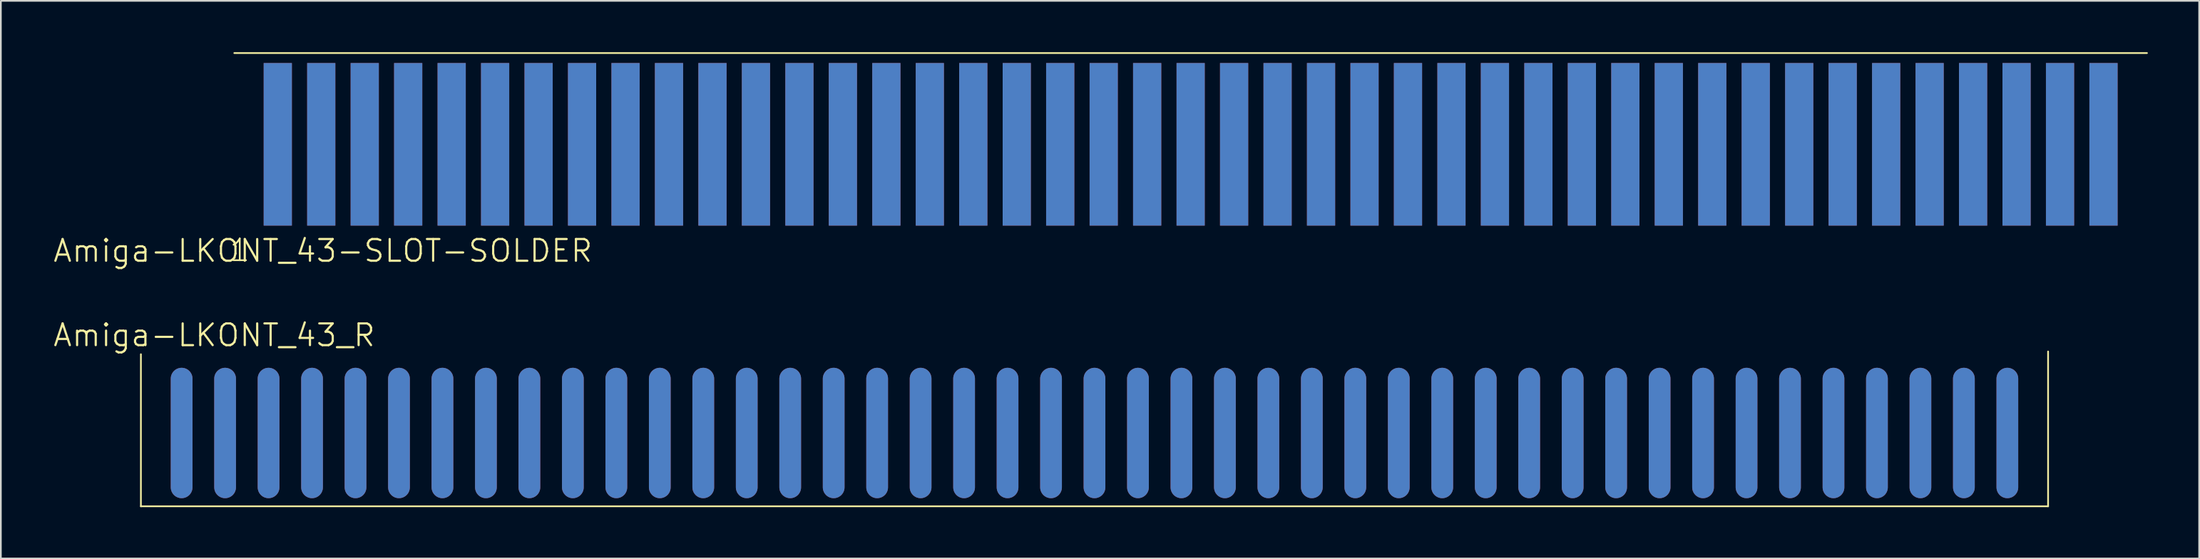
<source format=kicad_pcb>
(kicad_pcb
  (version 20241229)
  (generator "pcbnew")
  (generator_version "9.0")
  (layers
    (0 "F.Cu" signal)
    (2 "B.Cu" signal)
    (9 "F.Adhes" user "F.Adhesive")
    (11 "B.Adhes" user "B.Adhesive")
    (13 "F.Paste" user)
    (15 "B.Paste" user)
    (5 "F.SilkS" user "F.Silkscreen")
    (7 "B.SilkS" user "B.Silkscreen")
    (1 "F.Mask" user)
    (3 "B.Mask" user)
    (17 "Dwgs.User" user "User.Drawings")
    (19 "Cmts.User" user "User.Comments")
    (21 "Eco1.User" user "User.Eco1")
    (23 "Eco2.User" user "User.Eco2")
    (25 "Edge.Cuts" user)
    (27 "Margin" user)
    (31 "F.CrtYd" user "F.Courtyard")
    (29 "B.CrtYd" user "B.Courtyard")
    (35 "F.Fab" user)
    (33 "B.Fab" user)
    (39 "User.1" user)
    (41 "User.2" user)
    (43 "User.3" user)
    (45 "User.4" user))
  (footprint "Amiga-LKONT_43_R"
    (layer "F.Cu")
    (at 57.093 22.254)
    (property "Reference" "Amiga-LKONT_43_R" (at -47.625 -5.715 0) (layer "F.SilkS") (effects (font (size 1.27 1.27) (thickness 0.127))))
    (attr smd)
    (fp_line (start -51.91 -4.602) (end -51.91 4.285) (stroke (width 0.1) (type solid)) (layer "F.SilkS"))
    (fp_line (start -51.91 4.285) (end 59.53 4.285) (stroke (width 0.1) (type solid)) (layer "F.SilkS"))
    (fp_line (start 59.53 4.285) (end 59.53 -4.763) (stroke (width 0.1) (type solid)) (layer "F.SilkS"))
    (pad "1" smd oval (at 57.15 0 90) (size 7.62 1.27) (layers "B.Cu" "B.Mask"))
    (pad "2" smd oval (at 57.15 0 90) (size 7.62 1.27) (layers "F.Cu" "F.Mask" "F.Paste"))
    (pad "3" smd oval (at 54.61 0 90) (size 7.62 1.27) (layers "B.Cu" "B.Mask"))
    (pad "4" smd oval (at 54.61 0 90) (size 7.62 1.27) (layers "F.Cu" "F.Mask" "F.Paste"))
    (pad "5" smd oval (at 52.07 0 90) (size 7.62 1.27) (layers "B.Cu" "B.Mask"))
    (pad "6" smd oval (at 52.07 0 90) (size 7.62 1.27) (layers "F.Cu" "F.Mask" "F.Paste"))
    (pad "7" smd oval (at 49.53 0 90) (size 7.62 1.27) (layers "B.Cu" "B.Mask"))
    (pad "8" smd oval (at 49.53 0 90) (size 7.62 1.27) (layers "F.Cu" "F.Mask" "F.Paste"))
    (pad "9" smd oval (at 46.99 0 90) (size 7.62 1.27) (layers "B.Cu" "B.Mask"))
    (pad "10" smd oval (at 46.99 0 90) (size 7.62 1.27) (layers "F.Cu" "F.Mask" "F.Paste"))
    (pad "11" smd oval (at 44.45 0 90) (size 7.62 1.27) (layers "B.Cu" "B.Mask"))
    (pad "12" smd oval (at 44.45 0 90) (size 7.62 1.27) (layers "F.Cu" "F.Mask" "F.Paste"))
    (pad "13" smd oval (at 41.91 0 90) (size 7.62 1.27) (layers "B.Cu" "B.Mask"))
    (pad "14" smd oval (at 41.91 0 90) (size 7.62 1.27) (layers "F.Cu" "F.Mask" "F.Paste"))
    (pad "15" smd oval (at 39.37 0 90) (size 7.62 1.27) (layers "B.Cu" "B.Mask"))
    (pad "16" smd oval (at 39.37 0 90) (size 7.62 1.27) (layers "F.Cu" "F.Mask" "F.Paste"))
    (pad "17" smd oval (at 36.83 0 90) (size 7.62 1.27) (layers "B.Cu" "B.Mask"))
    (pad "18" smd oval (at 36.83 0 90) (size 7.62 1.27) (layers "F.Cu" "F.Mask" "F.Paste"))
    (pad "19" smd oval (at 34.29 0 90) (size 7.62 1.27) (layers "B.Cu" "B.Mask"))
    (pad "20" smd oval (at 34.29 0 90) (size 7.62 1.27) (layers "F.Cu" "F.Mask" "F.Paste"))
    (pad "21" smd oval (at 31.75 0 90) (size 7.62 1.27) (layers "B.Cu" "B.Mask"))
    (pad "22" smd oval (at 31.75 0 90) (size 7.62 1.27) (layers "F.Cu" "F.Mask" "F.Paste"))
    (pad "23" smd oval (at 29.21 0 90) (size 7.62 1.27) (layers "B.Cu" "B.Mask"))
    (pad "24" smd oval (at 29.21 0 90) (size 7.62 1.27) (layers "F.Cu" "F.Mask" "F.Paste"))
    (pad "25" smd oval (at 26.67 0 90) (size 7.62 1.27) (layers "B.Cu" "B.Mask"))
    (pad "26" smd oval (at 26.67 0 90) (size 7.62 1.27) (layers "F.Cu" "F.Mask" "F.Paste"))
    (pad "27" smd oval (at 24.13 0 90) (size 7.62 1.27) (layers "B.Cu" "B.Mask"))
    (pad "28" smd oval (at 24.13 0 90) (size 7.62 1.27) (layers "F.Cu" "F.Mask" "F.Paste"))
    (pad "29" smd oval (at 21.59 0 90) (size 7.62 1.27) (layers "B.Cu" "B.Mask"))
    (pad "30" smd oval (at 21.59 0 90) (size 7.62 1.27) (layers "F.Cu" "F.Mask" "F.Paste"))
    (pad "31" smd oval (at 19.05 0 90) (size 7.62 1.27) (layers "B.Cu" "B.Mask"))
    (pad "32" smd oval (at 19.05 0 90) (size 7.62 1.27) (layers "F.Cu" "F.Mask" "F.Paste"))
    (pad "33" smd oval (at 16.51 0 90) (size 7.62 1.27) (layers "B.Cu" "B.Mask"))
    (pad "34" smd oval (at 16.51 0 90) (size 7.62 1.27) (layers "F.Cu" "F.Mask" "F.Paste"))
    (pad "35" smd oval (at 13.97 0 90) (size 7.62 1.27) (layers "B.Cu" "B.Mask"))
    (pad "36" smd oval (at 13.97 0 90) (size 7.62 1.27) (layers "F.Cu" "F.Mask" "F.Paste"))
    (pad "37" smd oval (at 11.43 0 90) (size 7.62 1.27) (layers "B.Cu" "B.Mask"))
    (pad "38" smd oval (at 11.43 0 90) (size 7.62 1.27) (layers "F.Cu" "F.Mask" "F.Paste"))
    (pad "39" smd oval (at 8.89 0 90) (size 7.62 1.27) (layers "B.Cu" "B.Mask"))
    (pad "40" smd oval (at 8.89 0 90) (size 7.62 1.27) (layers "F.Cu" "F.Mask" "F.Paste"))
    (pad "41" smd oval (at 6.35 0 90) (size 7.62 1.27) (layers "B.Cu" "B.Mask"))
    (pad "42" smd oval (at 6.35 0 90) (size 7.62 1.27) (layers "F.Cu" "F.Mask" "F.Paste"))
    (pad "43" smd oval (at 3.81 0 90) (size 7.62 1.27) (layers "B.Cu" "B.Mask"))
    (pad "44" smd oval (at 3.81 0 90) (size 7.62 1.27) (layers "F.Cu" "F.Mask" "F.Paste"))
    (pad "45" smd oval (at 1.27 0 90) (size 7.62 1.27) (layers "B.Cu" "B.Mask"))
    (pad "46" smd oval (at 1.27 0 90) (size 7.62 1.27) (layers "F.Cu" "F.Mask" "F.Paste"))
    (pad "47" smd oval (at -1.27 0 90) (size 7.62 1.27) (layers "B.Cu" "B.Mask"))
    (pad "48" smd oval (at -1.27 0 90) (size 7.62 1.27) (layers "F.Cu" "F.Mask" "F.Paste"))
    (pad "49" smd oval (at -3.81 0 90) (size 7.62 1.27) (layers "B.Cu" "B.Mask"))
    (pad "50" smd oval (at -3.81 0 90) (size 7.62 1.27) (layers "F.Cu" "F.Mask" "F.Paste"))
    (pad "51" smd oval (at -6.35 0 90) (size 7.62 1.27) (layers "B.Cu" "B.Mask"))
    (pad "52" smd oval (at -6.35 0 90) (size 7.62 1.27) (layers "F.Cu" "F.Mask" "F.Paste"))
    (pad "53" smd oval (at -8.89 0 90) (size 7.62 1.27) (layers "B.Cu" "B.Mask"))
    (pad "54" smd oval (at -8.89 0 90) (size 7.62 1.27) (layers "F.Cu" "F.Mask" "F.Paste"))
    (pad "55" smd oval (at -11.43 0 90) (size 7.62 1.27) (layers "B.Cu" "B.Mask"))
    (pad "56" smd oval (at -11.43 0 90) (size 7.62 1.27) (layers "F.Cu" "F.Mask" "F.Paste"))
    (pad "57" smd oval (at -13.97 0 90) (size 7.62 1.27) (layers "B.Cu" "B.Mask"))
    (pad "58" smd oval (at -13.97 0 90) (size 7.62 1.27) (layers "F.Cu" "F.Mask" "F.Paste"))
    (pad "59" smd oval (at -16.51 0 90) (size 7.62 1.27) (layers "B.Cu" "B.Mask"))
    (pad "60" smd oval (at -16.51 0 90) (size 7.62 1.27) (layers "F.Cu" "F.Mask" "F.Paste"))
    (pad "61" smd oval (at -19.05 0 90) (size 7.62 1.27) (layers "B.Cu" "B.Mask"))
    (pad "62" smd oval (at -19.05 0 90) (size 7.62 1.27) (layers "F.Cu" "F.Mask" "F.Paste"))
    (pad "63" smd oval (at -21.59 0 90) (size 7.62 1.27) (layers "B.Cu" "B.Mask"))
    (pad "64" smd oval (at -21.59 0 90) (size 7.62 1.27) (layers "F.Cu" "F.Mask" "F.Paste"))
    (pad "65" smd oval (at -24.13 0 90) (size 7.62 1.27) (layers "B.Cu" "B.Mask"))
    (pad "66" smd oval (at -24.13 0 90) (size 7.62 1.27) (layers "F.Cu" "F.Mask" "F.Paste"))
    (pad "67" smd oval (at -26.67 0 90) (size 7.62 1.27) (layers "B.Cu" "B.Mask"))
    (pad "68" smd oval (at -26.67 0 90) (size 7.62 1.27) (layers "F.Cu" "F.Mask" "F.Paste"))
    (pad "69" smd oval (at -29.21 0 90) (size 7.62 1.27) (layers "B.Cu" "B.Mask"))
    (pad "70" smd oval (at -29.21 0 90) (size 7.62 1.27) (layers "F.Cu" "F.Mask" "F.Paste"))
    (pad "71" smd oval (at -31.75 0 90) (size 7.62 1.27) (layers "B.Cu" "B.Mask"))
    (pad "72" smd oval (at -31.75 0 90) (size 7.62 1.27) (layers "F.Cu" "F.Mask" "F.Paste"))
    (pad "73" smd oval (at -34.29 0 90) (size 7.62 1.27) (layers "B.Cu" "B.Mask"))
    (pad "74" smd oval (at -34.29 0 90) (size 7.62 1.27) (layers "F.Cu" "F.Mask" "F.Paste"))
    (pad "75" smd oval (at -36.83 0 90) (size 7.62 1.27) (layers "B.Cu" "B.Mask"))
    (pad "76" smd oval (at -36.83 0 90) (size 7.62 1.27) (layers "F.Cu" "F.Mask" "F.Paste"))
    (pad "77" smd oval (at -39.37 0 90) (size 7.62 1.27) (layers "B.Cu" "B.Mask"))
    (pad "78" smd oval (at -39.37 0 90) (size 7.62 1.27) (layers "F.Cu" "F.Mask" "F.Paste"))
    (pad "79" smd oval (at -41.91 0 90) (size 7.62 1.27) (layers "B.Cu" "B.Mask"))
    (pad "80" smd oval (at -41.91 0 90) (size 7.62 1.27) (layers "F.Cu" "F.Mask" "F.Paste"))
    (pad "81" smd oval (at -44.45 0 90) (size 7.62 1.27) (layers "B.Cu" "B.Mask"))
    (pad "82" smd oval (at -44.45 0 90) (size 7.62 1.27) (layers "F.Cu" "F.Mask" "F.Paste"))
    (pad "83" smd oval (at -46.99 0 90) (size 7.62 1.27) (layers "B.Cu" "B.Mask"))
    (pad "84" smd oval (at -46.99 0 90) (size 7.62 1.27) (layers "F.Cu" "F.Mask" "F.Paste"))
    (pad "85" smd oval (at -49.53 0 90) (size 7.62 1.27) (layers "B.Cu" "B.Mask"))
    (pad "86" smd oval (at -49.53 0 90) (size 7.62 1.27) (layers "F.Cu" "F.Mask" "F.Paste")))
  (footprint "Amiga-LKONT_43-SLOT-SOLDER"
    (layer "F.Cu")
    (at 66.521 10.464)
    (property "Reference" "Amiga-LKONT_43-SLOT-SOLDER" (at -50.703 1.143 0) (layer "F.SilkS") (effects (font (size 1.27 1.27) (thickness 0.127))))
    (attr smd)
    (fp_line (start 55.88 -10.414) (end -55.88 -10.414) (stroke (width 0.1) (type solid)) (layer "F.SilkS"))
    (fp_text user "1" (at -55.562 1.11 180) (layer "F.SilkS") (effects (font (size 1.27 1.27) (thickness 0.102))))
    (pad "1" smd rect (at -53.34 -5.08) (size 1.648 9.5) (layers "F.Cu" "F.Mask" "F.Paste"))
    (pad "2" smd rect (at -53.34 -5.08) (size 1.648 9.5) (layers "B.Cu" "B.Mask"))
    (pad "3" smd rect (at -50.8 -5.08) (size 1.648 9.5) (layers "F.Cu" "F.Mask" "F.Paste"))
    (pad "4" smd rect (at -50.8 -5.08) (size 1.648 9.5) (layers "B.Cu" "B.Mask"))
    (pad "5" smd rect (at -48.26 -5.08) (size 1.648 9.5) (layers "F.Cu" "F.Mask" "F.Paste"))
    (pad "6" smd rect (at -48.26 -5.08) (size 1.648 9.5) (layers "B.Cu" "B.Mask"))
    (pad "7" smd rect (at -45.72 -5.08) (size 1.648 9.5) (layers "F.Cu" "F.Mask" "F.Paste"))
    (pad "8" smd rect (at -45.72 -5.08) (size 1.648 9.5) (layers "B.Cu" "B.Mask"))
    (pad "9" smd rect (at -43.18 -5.08) (size 1.648 9.5) (layers "F.Cu" "F.Mask" "F.Paste"))
    (pad "10" smd rect (at -43.18 -5.08) (size 1.648 9.5) (layers "B.Cu" "B.Mask"))
    (pad "11" smd rect (at -40.64 -5.08) (size 1.648 9.5) (layers "F.Cu" "F.Mask" "F.Paste"))
    (pad "12" smd rect (at -40.64 -5.08) (size 1.648 9.5) (layers "B.Cu" "B.Mask"))
    (pad "13" smd rect (at -38.1 -5.08) (size 1.648 9.5) (layers "F.Cu" "F.Mask" "F.Paste"))
    (pad "14" smd rect (at -38.1 -5.08) (size 1.648 9.5) (layers "B.Cu" "B.Mask"))
    (pad "15" smd rect (at -35.56 -5.08) (size 1.648 9.5) (layers "F.Cu" "F.Mask" "F.Paste"))
    (pad "16" smd rect (at -35.56 -5.08) (size 1.648 9.5) (layers "B.Cu" "B.Mask"))
    (pad "17" smd rect (at -33.02 -5.08) (size 1.648 9.5) (layers "F.Cu" "F.Mask" "F.Paste"))
    (pad "18" smd rect (at -33.02 -5.08) (size 1.648 9.5) (layers "B.Cu" "B.Mask"))
    (pad "19" smd rect (at -30.48 -5.08) (size 1.648 9.5) (layers "F.Cu" "F.Mask" "F.Paste"))
    (pad "20" smd rect (at -30.48 -5.08) (size 1.648 9.5) (layers "B.Cu" "B.Mask"))
    (pad "21" smd rect (at -27.94 -5.08) (size 1.648 9.5) (layers "F.Cu" "F.Mask" "F.Paste"))
    (pad "22" smd rect (at -27.94 -5.08) (size 1.648 9.5) (layers "B.Cu" "B.Mask"))
    (pad "23" smd rect (at -25.4 -5.08) (size 1.648 9.5) (layers "F.Cu" "F.Mask" "F.Paste"))
    (pad "24" smd rect (at -25.4 -5.08) (size 1.648 9.5) (layers "B.Cu" "B.Mask"))
    (pad "25" smd rect (at -22.86 -5.08) (size 1.648 9.5) (layers "F.Cu" "F.Mask" "F.Paste"))
    (pad "26" smd rect (at -22.86 -5.08) (size 1.648 9.5) (layers "B.Cu" "B.Mask"))
    (pad "27" smd rect (at -20.32 -5.08) (size 1.648 9.5) (layers "F.Cu" "F.Mask" "F.Paste"))
    (pad "28" smd rect (at -20.32 -5.08) (size 1.648 9.5) (layers "B.Cu" "B.Mask"))
    (pad "29" smd rect (at -17.78 -5.08) (size 1.648 9.5) (layers "F.Cu" "F.Mask" "F.Paste"))
    (pad "30" smd rect (at -17.78 -5.08) (size 1.648 9.5) (layers "B.Cu" "B.Mask"))
    (pad "31" smd rect (at -15.24 -5.08) (size 1.648 9.5) (layers "F.Cu" "F.Mask" "F.Paste"))
    (pad "32" smd rect (at -15.24 -5.08) (size 1.648 9.5) (layers "B.Cu" "B.Mask"))
    (pad "33" smd rect (at -12.7 -5.08) (size 1.648 9.5) (layers "F.Cu" "F.Mask" "F.Paste"))
    (pad "34" smd rect (at -12.7 -5.08) (size 1.648 9.5) (layers "B.Cu" "B.Mask"))
    (pad "35" smd rect (at -10.16 -5.08) (size 1.648 9.5) (layers "F.Cu" "F.Mask" "F.Paste"))
    (pad "36" smd rect (at -10.16 -5.08) (size 1.648 9.5) (layers "B.Cu" "B.Mask"))
    (pad "37" smd rect (at -7.62 -5.08) (size 1.648 9.5) (layers "F.Cu" "F.Mask" "F.Paste"))
    (pad "38" smd rect (at -7.62 -5.08) (size 1.648 9.5) (layers "B.Cu" "B.Mask"))
    (pad "39" smd rect (at -5.08 -5.08) (size 1.648 9.5) (layers "F.Cu" "F.Mask" "F.Paste"))
    (pad "40" smd rect (at -5.08 -5.08) (size 1.648 9.5) (layers "B.Cu" "B.Mask"))
    (pad "41" smd rect (at -2.54 -5.08) (size 1.648 9.5) (layers "F.Cu" "F.Mask" "F.Paste"))
    (pad "42" smd rect (at -2.54 -5.08) (size 1.648 9.5) (layers "B.Cu" "B.Mask"))
    (pad "43" smd rect (at 0 -5.08) (size 1.648 9.5) (layers "F.Cu" "F.Mask" "F.Paste"))
    (pad "44" smd rect (at 0 -5.08) (size 1.648 9.5) (layers "B.Cu" "B.Mask"))
    (pad "45" smd rect (at 2.54 -5.08) (size 1.648 9.5) (layers "F.Cu" "F.Mask" "F.Paste"))
    (pad "46" smd rect (at 2.54 -5.08) (size 1.648 9.5) (layers "B.Cu" "B.Mask"))
    (pad "47" smd rect (at 5.08 -5.08) (size 1.648 9.5) (layers "F.Cu" "F.Mask" "F.Paste"))
    (pad "48" smd rect (at 5.08 -5.08) (size 1.648 9.5) (layers "B.Cu" "B.Mask"))
    (pad "49" smd rect (at 7.62 -5.08) (size 1.648 9.5) (layers "F.Cu" "F.Mask" "F.Paste"))
    (pad "50" smd rect (at 7.62 -5.08) (size 1.648 9.5) (layers "B.Cu" "B.Mask"))
    (pad "51" smd rect (at 10.16 -5.08) (size 1.648 9.5) (layers "F.Cu" "F.Mask" "F.Paste"))
    (pad "52" smd rect (at 10.16 -5.08) (size 1.648 9.5) (layers "B.Cu" "B.Mask"))
    (pad "53" smd rect (at 12.7 -5.08) (size 1.648 9.5) (layers "F.Cu" "F.Mask" "F.Paste"))
    (pad "54" smd rect (at 12.7 -5.08) (size 1.648 9.5) (layers "B.Cu" "B.Mask"))
    (pad "55" smd rect (at 15.24 -5.08) (size 1.648 9.5) (layers "F.Cu" "F.Mask" "F.Paste"))
    (pad "56" smd rect (at 15.24 -5.08) (size 1.648 9.5) (layers "B.Cu" "B.Mask"))
    (pad "57" smd rect (at 17.78 -5.08) (size 1.648 9.5) (layers "F.Cu" "F.Mask" "F.Paste"))
    (pad "58" smd rect (at 17.78 -5.08) (size 1.648 9.5) (layers "B.Cu" "B.Mask"))
    (pad "59" smd rect (at 20.32 -5.08) (size 1.648 9.5) (layers "F.Cu" "F.Mask" "F.Paste"))
    (pad "60" smd rect (at 20.32 -5.08) (size 1.648 9.5) (layers "B.Cu" "B.Mask"))
    (pad "61" smd rect (at 22.86 -5.08) (size 1.648 9.5) (layers "F.Cu" "F.Mask" "F.Paste"))
    (pad "62" smd rect (at 22.86 -5.08) (size 1.648 9.5) (layers "B.Cu" "B.Mask"))
    (pad "63" smd rect (at 25.4 -5.08) (size 1.648 9.5) (layers "F.Cu" "F.Mask" "F.Paste"))
    (pad "64" smd rect (at 25.4 -5.08) (size 1.648 9.5) (layers "B.Cu" "B.Mask"))
    (pad "65" smd rect (at 27.94 -5.08) (size 1.648 9.5) (layers "F.Cu" "F.Mask" "F.Paste"))
    (pad "66" smd rect (at 27.94 -5.08) (size 1.648 9.5) (layers "B.Cu" "B.Mask"))
    (pad "67" smd rect (at 30.48 -5.08) (size 1.648 9.5) (layers "F.Cu" "F.Mask" "F.Paste"))
    (pad "68" smd rect (at 30.48 -5.08) (size 1.648 9.5) (layers "B.Cu" "B.Mask"))
    (pad "69" smd rect (at 33.02 -5.08) (size 1.648 9.5) (layers "F.Cu" "F.Mask" "F.Paste"))
    (pad "70" smd rect (at 33.02 -5.08) (size 1.648 9.5) (layers "B.Cu" "B.Mask"))
    (pad "71" smd rect (at 35.56 -5.08) (size 1.648 9.5) (layers "F.Cu" "F.Mask" "F.Paste"))
    (pad "72" smd rect (at 35.56 -5.08) (size 1.648 9.5) (layers "B.Cu" "B.Mask"))
    (pad "73" smd rect (at 38.1 -5.08) (size 1.648 9.5) (layers "F.Cu" "F.Mask" "F.Paste"))
    (pad "74" smd rect (at 38.1 -5.08) (size 1.648 9.5) (layers "B.Cu" "B.Mask"))
    (pad "75" smd rect (at 40.64 -5.08) (size 1.648 9.5) (layers "F.Cu" "F.Mask" "F.Paste"))
    (pad "76" smd rect (at 40.64 -5.08) (size 1.648 9.5) (layers "B.Cu" "B.Mask"))
    (pad "77" smd rect (at 43.18 -5.08) (size 1.648 9.5) (layers "F.Cu" "F.Mask" "F.Paste"))
    (pad "78" smd rect (at 43.18 -5.08) (size 1.648 9.5) (layers "B.Cu" "B.Mask"))
    (pad "79" smd rect (at 45.72 -5.08) (size 1.648 9.5) (layers "F.Cu" "F.Mask" "F.Paste"))
    (pad "80" smd rect (at 45.72 -5.08) (size 1.648 9.5) (layers "B.Cu" "B.Mask"))
    (pad "81" smd rect (at 48.26 -5.08) (size 1.648 9.5) (layers "F.Cu" "F.Mask" "F.Paste"))
    (pad "82" smd rect (at 48.26 -5.08) (size 1.648 9.5) (layers "B.Cu" "B.Mask"))
    (pad "83" smd rect (at 50.8 -5.08) (size 1.648 9.5) (layers "F.Cu" "F.Mask" "F.Paste"))
    (pad "84" smd rect (at 50.8 -5.08) (size 1.648 9.5) (layers "B.Cu" "B.Mask"))
    (pad "85" smd rect (at 53.34 -5.08) (size 1.648 9.5) (layers "F.Cu" "F.Mask" "F.Paste"))
    (pad "86" smd rect (at 53.34 -5.08) (size 1.648 9.5) (layers "B.Cu" "B.Mask")))
  (gr_rect
    (start -3 -3)
    (end 125.451 29.589)
    (stroke (width 0.1) (type default))
    (fill no)
    (layer "Edge.Cuts")))
</source>
